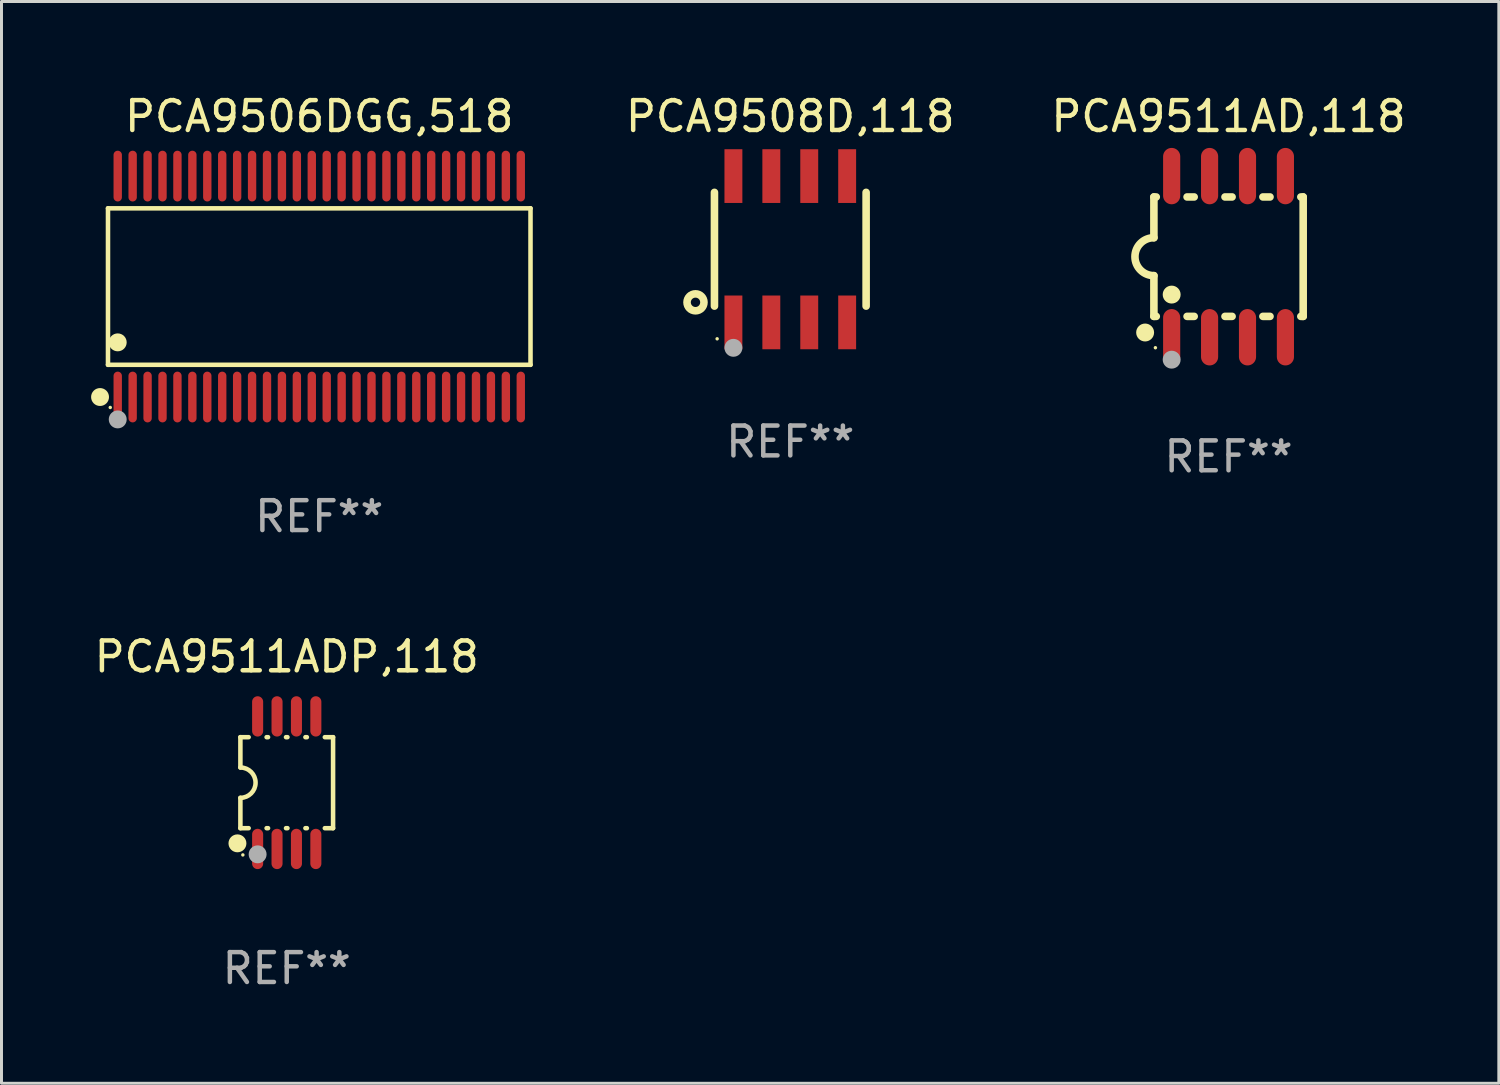
<source format=kicad_pcb>
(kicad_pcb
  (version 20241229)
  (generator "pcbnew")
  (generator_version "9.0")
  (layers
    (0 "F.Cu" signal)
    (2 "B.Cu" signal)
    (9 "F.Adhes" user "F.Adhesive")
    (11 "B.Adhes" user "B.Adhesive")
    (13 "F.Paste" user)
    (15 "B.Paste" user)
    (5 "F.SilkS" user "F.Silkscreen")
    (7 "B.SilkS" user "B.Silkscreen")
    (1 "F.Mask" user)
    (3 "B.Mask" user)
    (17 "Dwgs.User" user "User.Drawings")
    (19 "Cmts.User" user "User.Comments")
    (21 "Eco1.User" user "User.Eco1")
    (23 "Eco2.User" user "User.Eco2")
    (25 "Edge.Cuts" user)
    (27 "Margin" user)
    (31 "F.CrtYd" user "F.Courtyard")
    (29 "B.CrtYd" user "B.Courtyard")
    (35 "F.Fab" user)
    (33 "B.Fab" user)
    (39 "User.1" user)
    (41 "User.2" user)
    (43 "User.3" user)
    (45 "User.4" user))
  (footprint "PCA9506DGG,518"
    (layer "F.Cu")
    (at 7.643 6.548)
    (property "Reference" "PCA9506DGG,518" (at 0 -5.7 0) (layer "F.SilkS") (effects (font (size 1 1) (thickness 0.15))))
    (attr through_hole)
    (fp_line (start -7.076 -2.621) (end 7.076 -2.621) (stroke (width 0.152) (type solid)) (layer "F.SilkS"))
    (fp_line (start -7.076 2.621) (end -7.076 -2.621) (stroke (width 0.152) (type solid)) (layer "F.SilkS"))
    (fp_line (start 7.076 -2.621) (end 7.076 2.621) (stroke (width 0.152) (type solid)) (layer "F.SilkS"))
    (fp_line (start 7.076 2.621) (end -7.076 2.621) (stroke (width 0.152) (type solid)) (layer "F.SilkS"))
    (fp_circle (center -7.342 3.7) (end -7.192 3.7) (stroke (width 0.3) (type solid)) (fill no) (layer "F.SilkS"))
    (fp_circle (center -7 4.05) (end -6.97 4.05) (stroke (width 0.06) (type solid)) (fill no) (layer "F.SilkS"))
    (fp_circle (center -6.75 1.869) (end -6.6 1.869) (stroke (width 0.3) (type solid)) (fill no) (layer "F.SilkS"))
    (fp_circle (center -6.75 4.45) (end -6.6 4.45) (stroke (width 0.3) (type solid)) (fill no) (layer "F.Fab"))
    (fp_text user "REF**" (at 0 7.7 0) (layer "F.Fab") (effects (font (size 1 1) (thickness 0.15))))
    (pad "1" smd oval (at -6.75 3.7) (size 0.28 1.7) (layers "F.Cu" "F.Mask" "F.Paste"))
    (pad "2" smd oval (at -6.25 3.7) (size 0.28 1.7) (layers "F.Cu" "F.Mask" "F.Paste"))
    (pad "3" smd oval (at -5.75 3.7) (size 0.28 1.7) (layers "F.Cu" "F.Mask" "F.Paste"))
    (pad "4" smd oval (at -5.25 3.7) (size 0.28 1.7) (layers "F.Cu" "F.Mask" "F.Paste"))
    (pad "5" smd oval (at -4.75 3.7) (size 0.28 1.7) (layers "F.Cu" "F.Mask" "F.Paste"))
    (pad "6" smd oval (at -4.25 3.7) (size 0.28 1.7) (layers "F.Cu" "F.Mask" "F.Paste"))
    (pad "7" smd oval (at -3.75 3.7) (size 0.28 1.7) (layers "F.Cu" "F.Mask" "F.Paste"))
    (pad "8" smd oval (at -3.25 3.7) (size 0.28 1.7) (layers "F.Cu" "F.Mask" "F.Paste"))
    (pad "9" smd oval (at -2.75 3.7) (size 0.28 1.7) (layers "F.Cu" "F.Mask" "F.Paste"))
    (pad "10" smd oval (at -2.25 3.7) (size 0.28 1.7) (layers "F.Cu" "F.Mask" "F.Paste"))
    (pad "11" smd oval (at -1.75 3.7) (size 0.28 1.7) (layers "F.Cu" "F.Mask" "F.Paste"))
    (pad "12" smd oval (at -1.25 3.7) (size 0.28 1.7) (layers "F.Cu" "F.Mask" "F.Paste"))
    (pad "13" smd oval (at -0.75 3.7) (size 0.28 1.7) (layers "F.Cu" "F.Mask" "F.Paste"))
    (pad "14" smd oval (at -0.25 3.7) (size 0.28 1.7) (layers "F.Cu" "F.Mask" "F.Paste"))
    (pad "15" smd oval (at 0.25 3.7) (size 0.28 1.7) (layers "F.Cu" "F.Mask" "F.Paste"))
    (pad "16" smd oval (at 0.75 3.7) (size 0.28 1.7) (layers "F.Cu" "F.Mask" "F.Paste"))
    (pad "17" smd oval (at 1.25 3.7) (size 0.28 1.7) (layers "F.Cu" "F.Mask" "F.Paste"))
    (pad "18" smd oval (at 1.75 3.7) (size 0.28 1.7) (layers "F.Cu" "F.Mask" "F.Paste"))
    (pad "19" smd oval (at 2.25 3.7) (size 0.28 1.7) (layers "F.Cu" "F.Mask" "F.Paste"))
    (pad "20" smd oval (at 2.75 3.7) (size 0.28 1.7) (layers "F.Cu" "F.Mask" "F.Paste"))
    (pad "21" smd oval (at 3.25 3.7) (size 0.28 1.7) (layers "F.Cu" "F.Mask" "F.Paste"))
    (pad "22" smd oval (at 3.75 3.7) (size 0.28 1.7) (layers "F.Cu" "F.Mask" "F.Paste"))
    (pad "23" smd oval (at 4.25 3.7) (size 0.28 1.7) (layers "F.Cu" "F.Mask" "F.Paste"))
    (pad "24" smd oval (at 4.75 3.7) (size 0.28 1.7) (layers "F.Cu" "F.Mask" "F.Paste"))
    (pad "25" smd oval (at 5.25 3.7) (size 0.28 1.7) (layers "F.Cu" "F.Mask" "F.Paste"))
    (pad "26" smd oval (at 5.75 3.7) (size 0.28 1.7) (layers "F.Cu" "F.Mask" "F.Paste"))
    (pad "27" smd oval (at 6.25 3.7) (size 0.28 1.7) (layers "F.Cu" "F.Mask" "F.Paste"))
    (pad "28" smd oval (at 6.75 3.7) (size 0.28 1.7) (layers "F.Cu" "F.Mask" "F.Paste"))
    (pad "29" smd oval (at 6.75 -3.7) (size 0.28 1.7) (layers "F.Cu" "F.Mask" "F.Paste"))
    (pad "30" smd oval (at 6.25 -3.7) (size 0.28 1.7) (layers "F.Cu" "F.Mask" "F.Paste"))
    (pad "31" smd oval (at 5.75 -3.7) (size 0.28 1.7) (layers "F.Cu" "F.Mask" "F.Paste"))
    (pad "32" smd oval (at 5.25 -3.7) (size 0.28 1.7) (layers "F.Cu" "F.Mask" "F.Paste"))
    (pad "33" smd oval (at 4.75 -3.7) (size 0.28 1.7) (layers "F.Cu" "F.Mask" "F.Paste"))
    (pad "34" smd oval (at 4.25 -3.7) (size 0.28 1.7) (layers "F.Cu" "F.Mask" "F.Paste"))
    (pad "35" smd oval (at 3.75 -3.7) (size 0.28 1.7) (layers "F.Cu" "F.Mask" "F.Paste"))
    (pad "36" smd oval (at 3.25 -3.7) (size 0.28 1.7) (layers "F.Cu" "F.Mask" "F.Paste"))
    (pad "37" smd oval (at 2.75 -3.7) (size 0.28 1.7) (layers "F.Cu" "F.Mask" "F.Paste"))
    (pad "38" smd oval (at 2.25 -3.7) (size 0.28 1.7) (layers "F.Cu" "F.Mask" "F.Paste"))
    (pad "39" smd oval (at 1.75 -3.7) (size 0.28 1.7) (layers "F.Cu" "F.Mask" "F.Paste"))
    (pad "40" smd oval (at 1.25 -3.7) (size 0.28 1.7) (layers "F.Cu" "F.Mask" "F.Paste"))
    (pad "41" smd oval (at 0.75 -3.7) (size 0.28 1.7) (layers "F.Cu" "F.Mask" "F.Paste"))
    (pad "42" smd oval (at 0.25 -3.7) (size 0.28 1.7) (layers "F.Cu" "F.Mask" "F.Paste"))
    (pad "43" smd oval (at -0.25 -3.7) (size 0.28 1.7) (layers "F.Cu" "F.Mask" "F.Paste"))
    (pad "44" smd oval (at -0.75 -3.7) (size 0.28 1.7) (layers "F.Cu" "F.Mask" "F.Paste"))
    (pad "45" smd oval (at -1.25 -3.7) (size 0.28 1.7) (layers "F.Cu" "F.Mask" "F.Paste"))
    (pad "46" smd oval (at -1.75 -3.7) (size 0.28 1.7) (layers "F.Cu" "F.Mask" "F.Paste"))
    (pad "47" smd oval (at -2.25 -3.7) (size 0.28 1.7) (layers "F.Cu" "F.Mask" "F.Paste"))
    (pad "48" smd oval (at -2.75 -3.7) (size 0.28 1.7) (layers "F.Cu" "F.Mask" "F.Paste"))
    (pad "49" smd oval (at -3.25 -3.7) (size 0.28 1.7) (layers "F.Cu" "F.Mask" "F.Paste"))
    (pad "50" smd oval (at -3.75 -3.7) (size 0.28 1.7) (layers "F.Cu" "F.Mask" "F.Paste"))
    (pad "51" smd oval (at -4.25 -3.7) (size 0.28 1.7) (layers "F.Cu" "F.Mask" "F.Paste"))
    (pad "52" smd oval (at -4.75 -3.7) (size 0.28 1.7) (layers "F.Cu" "F.Mask" "F.Paste"))
    (pad "53" smd oval (at -5.25 -3.7) (size 0.28 1.7) (layers "F.Cu" "F.Mask" "F.Paste"))
    (pad "54" smd oval (at -5.75 -3.7) (size 0.28 1.7) (layers "F.Cu" "F.Mask" "F.Paste"))
    (pad "55" smd oval (at -6.25 -3.7) (size 0.28 1.7) (layers "F.Cu" "F.Mask" "F.Paste"))
    (pad "56" smd oval (at -6.75 -3.7) (size 0.28 1.7) (layers "F.Cu" "F.Mask" "F.Paste")))
  (footprint "PCA9511ADP,118"
    (layer "F.Cu")
    (at 6.554 23.165)
    (property "Reference" "PCA9511ADP,118" (at 0 -4.22 0) (layer "F.SilkS") (effects (font (size 1 1) (thickness 0.15))))
    (attr through_hole)
    (fp_line (start -1.552 -1.524) (end -1.276 -1.524) (stroke (width 0.152) (type solid)) (layer "F.SilkS"))
    (fp_line (start -1.552 -0.508) (end -1.552 -1.524) (stroke (width 0.152) (type solid)) (layer "F.SilkS"))
    (fp_line (start -1.552 1.524) (end -1.552 0.508) (stroke (width 0.152) (type solid)) (layer "F.SilkS"))
    (fp_line (start -1.552 1.524) (end -1.276 1.524) (stroke (width 0.152) (type solid)) (layer "F.SilkS"))
    (fp_line (start -0.674 -1.524) (end -0.626 -1.524) (stroke (width 0.152) (type solid)) (layer "F.SilkS"))
    (fp_line (start -0.674 1.524) (end -0.626 1.524) (stroke (width 0.152) (type solid)) (layer "F.SilkS"))
    (fp_line (start -0.024 -1.524) (end 0.024 -1.524) (stroke (width 0.152) (type solid)) (layer "F.SilkS"))
    (fp_line (start -0.024 1.524) (end 0.024 1.524) (stroke (width 0.152) (type solid)) (layer "F.SilkS"))
    (fp_line (start 0.626 -1.524) (end 0.674 -1.524) (stroke (width 0.152) (type solid)) (layer "F.SilkS"))
    (fp_line (start 0.626 1.524) (end 0.674 1.524) (stroke (width 0.152) (type solid)) (layer "F.SilkS"))
    (fp_line (start 1.276 1.524) (end 1.552 1.524) (stroke (width 0.152) (type solid)) (layer "F.SilkS"))
    (fp_line (start 1.276 -1.524) (end 1.552 -1.524) (stroke (width 0.152) (type solid)) (layer "F.SilkS"))
    (fp_line (start 1.552 -1.524) (end 1.552 1.524) (stroke (width 0.152) (type solid)) (layer "F.SilkS"))
    (fp_arc (start -1.551943 -0.508001) (mid -1.043942 0) (end -1.551943 0.508001) (stroke (width 0.151994) (type solid)) (layer "F.SilkS"))
    (fp_circle (center -1.651 2.032) (end -1.501 2.032) (stroke (width 0.3) (type solid)) (fill no) (layer "F.SilkS"))
    (fp_circle (center -1.47 2.42) (end -1.44 2.42) (stroke (width 0.06) (type solid)) (fill no) (layer "F.SilkS"))
    (fp_circle (center -0.975 2.4) (end -0.825 2.4) (stroke (width 0.3) (type solid)) (fill no) (layer "F.Fab"))
    (fp_text user "REF**" (at 0 6.22 0) (layer "F.Fab") (effects (font (size 1 1) (thickness 0.15))))
    (pad "1" smd oval (at -0.975 2.22) (size 0.37 1.35) (layers "F.Cu" "F.Mask" "F.Paste"))
    (pad "2" smd oval (at -0.325 2.22) (size 0.37 1.35) (layers "F.Cu" "F.Mask" "F.Paste"))
    (pad "3" smd oval (at 0.325 2.22) (size 0.37 1.35) (layers "F.Cu" "F.Mask" "F.Paste"))
    (pad "4" smd oval (at 0.975 2.22) (size 0.37 1.35) (layers "F.Cu" "F.Mask" "F.Paste"))
    (pad "5" smd oval (at 0.975 -2.22) (size 0.37 1.35) (layers "F.Cu" "F.Mask" "F.Paste"))
    (pad "6" smd oval (at 0.325 -2.22) (size 0.37 1.35) (layers "F.Cu" "F.Mask" "F.Paste"))
    (pad "7" smd oval (at -0.325 -2.22) (size 0.37 1.35) (layers "F.Cu" "F.Mask" "F.Paste"))
    (pad "8" smd oval (at -0.975 -2.22) (size 0.37 1.35) (layers "F.Cu" "F.Mask" "F.Paste")))
  (footprint "PCA9508D,118"
    (layer "F.Cu")
    (at 23.42 5.298)
    (property "Reference" "PCA9508D,118" (at 0 -4.45 0) (layer "F.SilkS") (effects (font (size 1 1) (thickness 0.15))))
    (attr through_hole)
    (fp_line (start -2.54 -1.905) (end -2.54 1.905) (stroke (width 0.254) (type solid)) (layer "F.SilkS"))
    (fp_line (start 2.54 -1.905) (end 2.54 1.905) (stroke (width 0.254) (type solid)) (layer "F.SilkS"))
    (fp_circle (center -3.175 1.778) (end -2.891 1.778) (stroke (width 0.254) (type solid)) (fill no) (layer "F.SilkS"))
    (fp_circle (center -2.45 3) (end -2.42 3) (stroke (width 0.06) (type solid)) (fill no) (layer "F.SilkS"))
    (fp_circle (center -1.905 3.302) (end -1.755 3.302) (stroke (width 0.3) (type solid)) (fill no) (layer "F.Fab"))
    (fp_text user "REF**" (at 0 6.45 0) (layer "F.Fab") (effects (font (size 1 1) (thickness 0.15))))
    (pad "1" smd rect (at -1.905 2.45) (size 0.6 1.8) (layers "F.Cu" "F.Mask" "F.Paste"))
    (pad "2" smd rect (at -0.635 2.45) (size 0.6 1.8) (layers "F.Cu" "F.Mask" "F.Paste"))
    (pad "3" smd rect (at 0.635 2.45) (size 0.6 1.8) (layers "F.Cu" "F.Mask" "F.Paste"))
    (pad "4" smd rect (at 1.905 2.45) (size 0.6 1.8) (layers "F.Cu" "F.Mask" "F.Paste"))
    (pad "5" smd rect (at 1.905 -2.45 180) (size 0.6 1.8) (layers "F.Cu" "F.Mask" "F.Paste"))
    (pad "6" smd rect (at 0.635 -2.45 180) (size 0.6 1.8) (layers "F.Cu" "F.Mask" "F.Paste"))
    (pad "7" smd rect (at -0.635 -2.45 180) (size 0.6 1.8) (layers "F.Cu" "F.Mask" "F.Paste"))
    (pad "8" smd rect (at -1.905 -2.45 180) (size 0.6 1.8) (layers "F.Cu" "F.Mask" "F.Paste")))
  (footprint "PCA9511AD,118"
    (layer "F.Cu")
    (at 38.099 5.547)
    (property "Reference" "PCA9511AD,118" (at 0 -4.699 0) (layer "F.SilkS") (effects (font (size 1 1) (thickness 0.15))))
    (attr through_hole)
    (fp_line (start -2.5 -2) (end -2.5 -0.635) (stroke (width 0.254) (type solid)) (layer "F.SilkS"))
    (fp_line (start -2.5 -2) (end -2.421 -2) (stroke (width 0.254) (type solid)) (layer "F.SilkS"))
    (fp_line (start -2.5 2) (end -2.5 0.635) (stroke (width 0.254) (type solid)) (layer "F.SilkS"))
    (fp_line (start -2.5 2) (end -2.421 2) (stroke (width 0.254) (type solid)) (layer "F.SilkS"))
    (fp_line (start -1.389 -2) (end -1.151 -2) (stroke (width 0.254) (type solid)) (layer "F.SilkS"))
    (fp_line (start -1.389 2) (end -1.151 2) (stroke (width 0.254) (type solid)) (layer "F.SilkS"))
    (fp_line (start -0.119 -2) (end 0.119 -2) (stroke (width 0.254) (type solid)) (layer "F.SilkS"))
    (fp_line (start -0.119 2) (end 0.119 2) (stroke (width 0.254) (type solid)) (layer "F.SilkS"))
    (fp_line (start 1.151 -2) (end 1.389 -2) (stroke (width 0.254) (type solid)) (layer "F.SilkS"))
    (fp_line (start 1.151 2) (end 1.389 2) (stroke (width 0.254) (type solid)) (layer "F.SilkS"))
    (fp_line (start 2.421 -2) (end 2.5 -2) (stroke (width 0.254) (type solid)) (layer "F.SilkS"))
    (fp_line (start 2.421 2) (end 2.5 2) (stroke (width 0.254) (type solid)) (layer "F.SilkS"))
    (fp_line (start 2.5 -2) (end 2.5 2) (stroke (width 0.254) (type solid)) (layer "F.SilkS"))
    (fp_arc (start -2.5 0.635001) (mid -3.134366 -0.000318) (end -2.499365 -0.635001) (stroke (width 0.254001) (type solid)) (layer "F.SilkS"))
    (fp_circle (center -2.794 2.54) (end -2.644 2.54) (stroke (width 0.3) (type solid)) (fill no) (layer "F.SilkS"))
    (fp_circle (center -2.45 3.05) (end -2.42 3.05) (stroke (width 0.06) (type solid)) (fill no) (layer "F.SilkS"))
    (fp_circle (center -1.905 1.27) (end -1.755 1.27) (stroke (width 0.3) (type solid)) (fill no) (layer "F.SilkS"))
    (fp_circle (center -1.905 3.45) (end -1.755 3.45) (stroke (width 0.3) (type solid)) (fill no) (layer "F.Fab"))
    (fp_text user "REF**" (at 0 6.699 0) (layer "F.Fab") (effects (font (size 1 1) (thickness 0.15))))
    (pad "1" smd oval (at -1.905 2.699) (size 0.574 1.888) (layers "F.Cu" "F.Mask" "F.Paste"))
    (pad "2" smd oval (at -0.635 2.699) (size 0.574 1.888) (layers "F.Cu" "F.Mask" "F.Paste"))
    (pad "3" smd oval (at 0.635 2.699) (size 0.574 1.888) (layers "F.Cu" "F.Mask" "F.Paste"))
    (pad "4" smd oval (at 1.905 2.699) (size 0.574 1.888) (layers "F.Cu" "F.Mask" "F.Paste"))
    (pad "5" smd oval (at 1.905 -2.699) (size 0.574 1.888) (layers "F.Cu" "F.Mask" "F.Paste"))
    (pad "6" smd oval (at 0.635 -2.699) (size 0.574 1.888) (layers "F.Cu" "F.Mask" "F.Paste"))
    (pad "7" smd oval (at -0.635 -2.699) (size 0.574 1.888) (layers "F.Cu" "F.Mask" "F.Paste"))
    (pad "8" smd oval (at -1.905 -2.699) (size 0.574 1.888) (layers "F.Cu" "F.Mask" "F.Paste")))
  (gr_rect
    (start -3 -3)
    (end 47.152 33.233)
    (stroke (width 0.1) (type default))
    (fill no)
    (layer "Edge.Cuts")))
</source>
